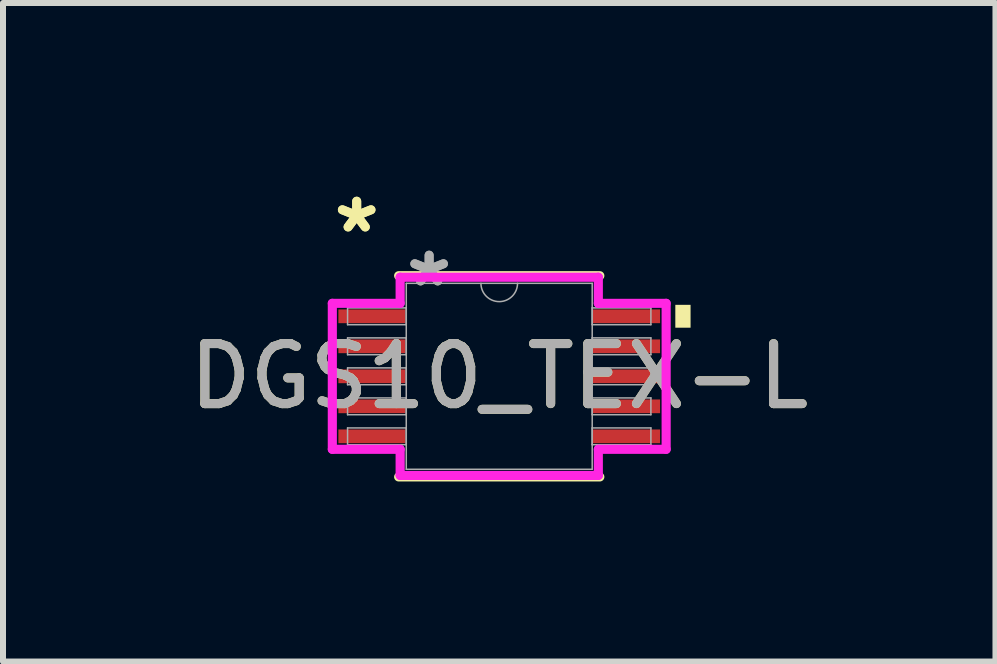
<source format=kicad_pcb>
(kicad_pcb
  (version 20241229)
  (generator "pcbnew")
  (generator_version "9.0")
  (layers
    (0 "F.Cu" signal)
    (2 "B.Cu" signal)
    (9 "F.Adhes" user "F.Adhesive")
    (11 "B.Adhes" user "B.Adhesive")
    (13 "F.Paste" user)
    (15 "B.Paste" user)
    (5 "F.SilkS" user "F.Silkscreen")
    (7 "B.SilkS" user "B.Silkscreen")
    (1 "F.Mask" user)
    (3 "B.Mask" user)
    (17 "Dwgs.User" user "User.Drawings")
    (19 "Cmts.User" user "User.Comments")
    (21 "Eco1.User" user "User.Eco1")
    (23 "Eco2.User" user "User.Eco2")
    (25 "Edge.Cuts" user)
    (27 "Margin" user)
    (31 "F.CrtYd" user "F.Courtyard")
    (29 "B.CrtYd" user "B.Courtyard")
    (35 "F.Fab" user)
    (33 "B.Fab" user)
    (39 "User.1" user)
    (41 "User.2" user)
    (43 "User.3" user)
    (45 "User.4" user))
  (footprint "DGS10_TEX-L"
    (layer "F.Cu")
    (at 5.268 3.22)
    (property "Reference" "DGS10_TEX-L" (at 0 0 0) (unlocked yes) (layer "F.SilkS") (effects (font (size 1 1) (thickness 0.15))))
    (attr smd)
    (fp_line (start -1.676 1.676) (end 1.676 1.676) (stroke (width 0.152) (type solid)) (layer "F.SilkS"))
    (fp_line (start 1.676 -1.676) (end -1.676 -1.676) (stroke (width 0.152) (type solid)) (layer "F.SilkS"))
    (fp_poly (pts (xy 3.188 -1.191) (xy 3.188 -0.81) (xy 2.934 -0.81) (xy 2.934 -1.191)) (stroke (width 0) (type solid)) (fill yes) (layer "F.SilkS"))
    (fp_line (start -2.781 -1.216) (end -1.651 -1.216) (stroke (width 0.152) (type solid)) (layer "F.CrtYd"))
    (fp_line (start -2.781 1.216) (end -2.781 -1.216) (stroke (width 0.152) (type solid)) (layer "F.CrtYd"))
    (fp_line (start -2.781 1.216) (end -1.651 1.216) (stroke (width 0.152) (type solid)) (layer "F.CrtYd"))
    (fp_line (start -1.651 -1.651) (end 1.651 -1.651) (stroke (width 0.152) (type solid)) (layer "F.CrtYd"))
    (fp_line (start -1.651 -1.216) (end -1.651 -1.651) (stroke (width 0.152) (type solid)) (layer "F.CrtYd"))
    (fp_line (start -1.651 1.651) (end -1.651 1.216) (stroke (width 0.152) (type solid)) (layer "F.CrtYd"))
    (fp_line (start 1.651 -1.651) (end 1.651 -1.216) (stroke (width 0.152) (type solid)) (layer "F.CrtYd"))
    (fp_line (start 1.651 1.216) (end 1.651 1.651) (stroke (width 0.152) (type solid)) (layer "F.CrtYd"))
    (fp_line (start 1.651 1.651) (end -1.651 1.651) (stroke (width 0.152) (type solid)) (layer "F.CrtYd"))
    (fp_line (start 2.781 -1.216) (end 1.651 -1.216) (stroke (width 0.152) (type solid)) (layer "F.CrtYd"))
    (fp_line (start 2.781 -1.216) (end 2.781 1.216) (stroke (width 0.152) (type solid)) (layer "F.CrtYd"))
    (fp_line (start 2.781 1.216) (end 1.651 1.216) (stroke (width 0.152) (type solid)) (layer "F.CrtYd"))
    (fp_line (start -2.527 -1.14) (end -2.527 -0.86) (stroke (width 0.025) (type solid)) (layer "F.Fab"))
    (fp_line (start -2.527 -0.86) (end -1.549 -0.86) (stroke (width 0.025) (type solid)) (layer "F.Fab"))
    (fp_line (start -2.527 -0.64) (end -2.527 -0.36) (stroke (width 0.025) (type solid)) (layer "F.Fab"))
    (fp_line (start -2.527 -0.36) (end -1.549 -0.36) (stroke (width 0.025) (type solid)) (layer "F.Fab"))
    (fp_line (start -2.527 -0.14) (end -2.527 0.14) (stroke (width 0.025) (type solid)) (layer "F.Fab"))
    (fp_line (start -2.527 0.14) (end -1.549 0.14) (stroke (width 0.025) (type solid)) (layer "F.Fab"))
    (fp_line (start -2.527 0.36) (end -2.527 0.64) (stroke (width 0.025) (type solid)) (layer "F.Fab"))
    (fp_line (start -2.527 0.64) (end -1.549 0.64) (stroke (width 0.025) (type solid)) (layer "F.Fab"))
    (fp_line (start -2.527 0.86) (end -2.527 1.14) (stroke (width 0.025) (type solid)) (layer "F.Fab"))
    (fp_line (start -2.527 1.14) (end -1.549 1.14) (stroke (width 0.025) (type solid)) (layer "F.Fab"))
    (fp_line (start -1.549 -1.549) (end -1.549 1.549) (stroke (width 0.025) (type solid)) (layer "F.Fab"))
    (fp_line (start -1.549 -1.14) (end -2.527 -1.14) (stroke (width 0.025) (type solid)) (layer "F.Fab"))
    (fp_line (start -1.549 -0.86) (end -1.549 -1.14) (stroke (width 0.025) (type solid)) (layer "F.Fab"))
    (fp_line (start -1.549 -0.64) (end -2.527 -0.64) (stroke (width 0.025) (type solid)) (layer "F.Fab"))
    (fp_line (start -1.549 -0.36) (end -1.549 -0.64) (stroke (width 0.025) (type solid)) (layer "F.Fab"))
    (fp_line (start -1.549 -0.14) (end -2.527 -0.14) (stroke (width 0.025) (type solid)) (layer "F.Fab"))
    (fp_line (start -1.549 0.14) (end -1.549 -0.14) (stroke (width 0.025) (type solid)) (layer "F.Fab"))
    (fp_line (start -1.549 0.36) (end -2.527 0.36) (stroke (width 0.025) (type solid)) (layer "F.Fab"))
    (fp_line (start -1.549 0.64) (end -1.549 0.36) (stroke (width 0.025) (type solid)) (layer "F.Fab"))
    (fp_line (start -1.549 0.86) (end -2.527 0.86) (stroke (width 0.025) (type solid)) (layer "F.Fab"))
    (fp_line (start -1.549 1.14) (end -1.549 0.86) (stroke (width 0.025) (type solid)) (layer "F.Fab"))
    (fp_line (start -1.549 1.549) (end 1.549 1.549) (stroke (width 0.025) (type solid)) (layer "F.Fab"))
    (fp_line (start 1.549 -1.549) (end -1.549 -1.549) (stroke (width 0.025) (type solid)) (layer "F.Fab"))
    (fp_line (start 1.549 -1.14) (end 1.549 -0.86) (stroke (width 0.025) (type solid)) (layer "F.Fab"))
    (fp_line (start 1.549 -0.86) (end 2.527 -0.86) (stroke (width 0.025) (type solid)) (layer "F.Fab"))
    (fp_line (start 1.549 -0.64) (end 1.549 -0.36) (stroke (width 0.025) (type solid)) (layer "F.Fab"))
    (fp_line (start 1.549 -0.36) (end 2.527 -0.36) (stroke (width 0.025) (type solid)) (layer "F.Fab"))
    (fp_line (start 1.549 -0.14) (end 1.549 0.14) (stroke (width 0.025) (type solid)) (layer "F.Fab"))
    (fp_line (start 1.549 0.14) (end 2.527 0.14) (stroke (width 0.025) (type solid)) (layer "F.Fab"))
    (fp_line (start 1.549 0.36) (end 1.549 0.64) (stroke (width 0.025) (type solid)) (layer "F.Fab"))
    (fp_line (start 1.549 0.64) (end 2.527 0.64) (stroke (width 0.025) (type solid)) (layer "F.Fab"))
    (fp_line (start 1.549 0.86) (end 1.549 1.14) (stroke (width 0.025) (type solid)) (layer "F.Fab"))
    (fp_line (start 1.549 1.14) (end 2.527 1.14) (stroke (width 0.025) (type solid)) (layer "F.Fab"))
    (fp_line (start 1.549 1.549) (end 1.549 -1.549) (stroke (width 0.025) (type solid)) (layer "F.Fab"))
    (fp_line (start 2.527 -1.14) (end 1.549 -1.14) (stroke (width 0.025) (type solid)) (layer "F.Fab"))
    (fp_line (start 2.527 -0.86) (end 2.527 -1.14) (stroke (width 0.025) (type solid)) (layer "F.Fab"))
    (fp_line (start 2.527 -0.64) (end 1.549 -0.64) (stroke (width 0.025) (type solid)) (layer "F.Fab"))
    (fp_line (start 2.527 -0.36) (end 2.527 -0.64) (stroke (width 0.025) (type solid)) (layer "F.Fab"))
    (fp_line (start 2.527 -0.14) (end 1.549 -0.14) (stroke (width 0.025) (type solid)) (layer "F.Fab"))
    (fp_line (start 2.527 0.14) (end 2.527 -0.14) (stroke (width 0.025) (type solid)) (layer "F.Fab"))
    (fp_line (start 2.527 0.36) (end 1.549 0.36) (stroke (width 0.025) (type solid)) (layer "F.Fab"))
    (fp_line (start 2.527 0.64) (end 2.527 0.36) (stroke (width 0.025) (type solid)) (layer "F.Fab"))
    (fp_line (start 2.527 0.86) (end 1.549 0.86) (stroke (width 0.025) (type solid)) (layer "F.Fab"))
    (fp_line (start 2.527 1.14) (end 2.527 0.86) (stroke (width 0.025) (type solid)) (layer "F.Fab"))
    (fp_arc (start 0.3048 -1.5494) (mid 0 -1.2446) (end -0.3048 -1.5494) (stroke (width 0.0254) (type solid)) (layer "F.Fab"))
    (fp_text user "*" (at -2.375 -2.372 0) (layer "F.SilkS") (effects (font (size 1 1) (thickness 0.15))))
    (fp_text user "*" (at -2.375 -2.372 0) (unlocked yes) (layer "F.SilkS") (effects (font (size 1 1) (thickness 0.15))))
    (fp_text user "${REFERENCE}" (at 0 0 0) (unlocked yes) (layer "F.Fab") (effects (font (size 1 1) (thickness 0.15))))
    (fp_text user "*" (at -1.168 -1.473 0) (layer "F.Fab") (effects (font (size 1 1) (thickness 0.15))))
    (fp_text user "*" (at -1.168 -1.473 0) (unlocked yes) (layer "F.Fab") (effects (font (size 1 1) (thickness 0.15))))
    (pad "1" smd rect (at -2.121 -1) (size 1.118 0.229) (layers "F.Cu" "F.Mask" "F.Paste"))
    (pad "2" smd rect (at -2.121 -0.5) (size 1.118 0.229) (layers "F.Cu" "F.Mask" "F.Paste"))
    (pad "3" smd rect (at -2.121 0) (size 1.118 0.229) (layers "F.Cu" "F.Mask" "F.Paste"))
    (pad "4" smd rect (at -2.121 0.5) (size 1.118 0.229) (layers "F.Cu" "F.Mask" "F.Paste"))
    (pad "5" smd rect (at -2.121 1) (size 1.118 0.229) (layers "F.Cu" "F.Mask" "F.Paste"))
    (pad "6" smd rect (at 2.121 1) (size 1.118 0.229) (layers "F.Cu" "F.Mask" "F.Paste"))
    (pad "7" smd rect (at 2.121 0.5) (size 1.118 0.229) (layers "F.Cu" "F.Mask" "F.Paste"))
    (pad "8" smd rect (at 2.121 0) (size 1.118 0.229) (layers "F.Cu" "F.Mask" "F.Paste"))
    (pad "9" smd rect (at 2.121 -0.5) (size 1.118 0.229) (layers "F.Cu" "F.Mask" "F.Paste"))
    (pad "10" smd rect (at 2.121 -1) (size 1.118 0.229) (layers "F.Cu" "F.Mask" "F.Paste")))
  (gr_rect
    (start -3 -3)
    (end 13.536 7.972)
    (stroke (width 0.1) (type default))
    (fill no)
    (layer "Edge.Cuts")))
</source>
